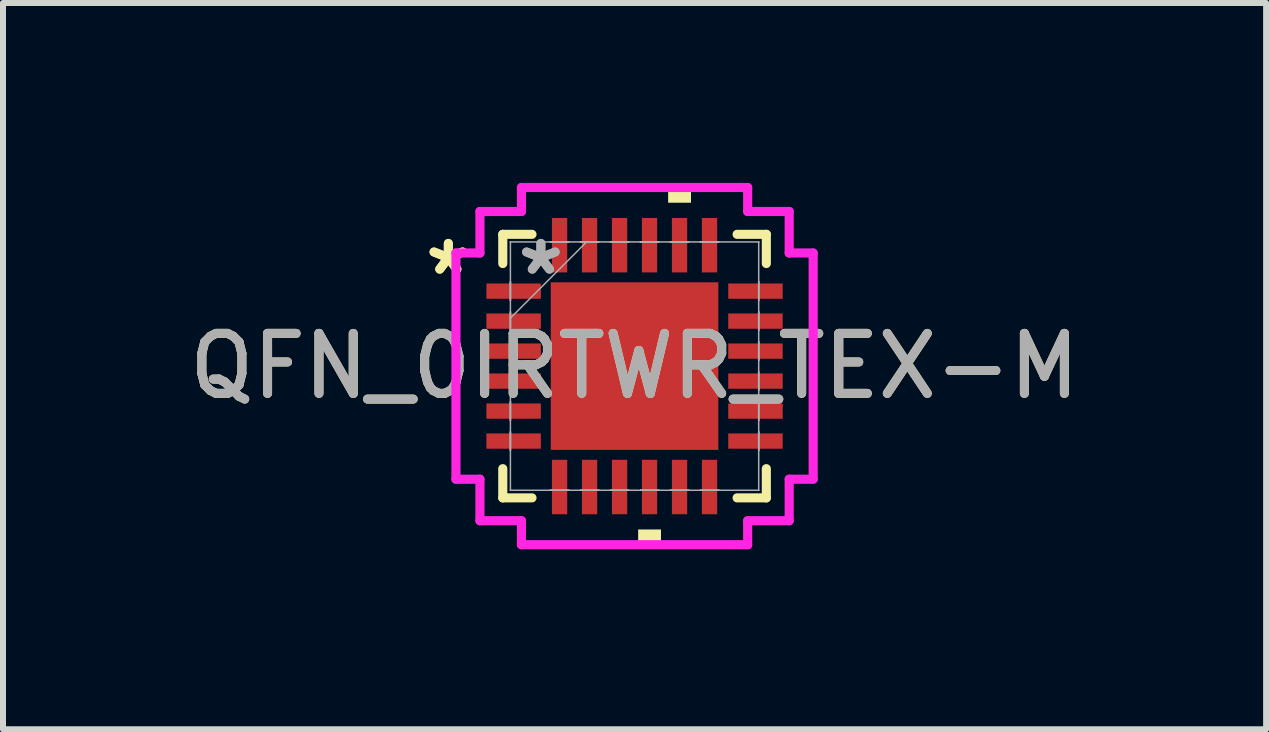
<source format=kicad_pcb>
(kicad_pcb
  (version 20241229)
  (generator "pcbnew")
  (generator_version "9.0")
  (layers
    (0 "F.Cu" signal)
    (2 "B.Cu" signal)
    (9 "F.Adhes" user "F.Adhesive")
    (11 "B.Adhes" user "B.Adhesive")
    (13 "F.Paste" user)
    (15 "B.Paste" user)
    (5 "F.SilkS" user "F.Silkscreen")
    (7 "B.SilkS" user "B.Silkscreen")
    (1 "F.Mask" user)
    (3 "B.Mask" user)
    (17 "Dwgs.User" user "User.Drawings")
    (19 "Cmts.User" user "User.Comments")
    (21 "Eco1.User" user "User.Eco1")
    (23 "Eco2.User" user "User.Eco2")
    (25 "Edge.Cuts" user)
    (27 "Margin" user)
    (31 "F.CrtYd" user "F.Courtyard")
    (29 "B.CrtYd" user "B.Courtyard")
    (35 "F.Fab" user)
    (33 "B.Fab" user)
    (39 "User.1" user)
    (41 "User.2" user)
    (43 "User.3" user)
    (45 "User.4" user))
  (footprint "QFN_0IRTWR_TEX-M"
    (layer "F.Cu")
    (at 7.53 3.054)
    (property "Reference" "QFN_0IRTWR_TEX-M" (at 0 0 0) (unlocked yes) (layer "F.SilkS") (effects (font (size 1 1) (thickness 0.15))))
    (attr smd)
    (fp_line (start -2.197 -2.197) (end -2.197 -1.71) (stroke (width 0.152) (type solid)) (layer "F.SilkS"))
    (fp_line (start -2.197 1.71) (end -2.197 2.197) (stroke (width 0.152) (type solid)) (layer "F.SilkS"))
    (fp_line (start -2.197 2.197) (end -1.71 2.197) (stroke (width 0.152) (type solid)) (layer "F.SilkS"))
    (fp_line (start -1.71 -2.197) (end -2.197 -2.197) (stroke (width 0.152) (type solid)) (layer "F.SilkS"))
    (fp_line (start 1.71 2.197) (end 2.197 2.197) (stroke (width 0.152) (type solid)) (layer "F.SilkS"))
    (fp_line (start 2.197 -2.197) (end 1.71 -2.197) (stroke (width 0.152) (type solid)) (layer "F.SilkS"))
    (fp_line (start 2.197 -1.71) (end 2.197 -2.197) (stroke (width 0.152) (type solid)) (layer "F.SilkS"))
    (fp_line (start 2.197 2.197) (end 2.197 1.71) (stroke (width 0.152) (type solid)) (layer "F.SilkS"))
    (fp_poly (pts (xy 0.06 2.724) (xy 0.06 2.978) (xy 0.441 2.978) (xy 0.441 2.724)) (stroke (width 0) (type solid)) (fill yes) (layer "F.SilkS"))
    (fp_poly (pts (xy 0.56 -2.724) (xy 0.56 -2.978) (xy 0.941 -2.978) (xy 0.941 -2.724)) (stroke (width 0) (type solid)) (fill yes) (layer "F.SilkS"))
    (fp_poly (pts (xy -1.297 -1.297) (xy -1.297 -0.1) (xy -0.1 -0.1) (xy -0.1 -1.297)) (stroke (width 0) (type solid)) (fill yes) (layer "F.Paste"))
    (fp_poly (pts (xy -1.297 0.1) (xy -1.297 1.297) (xy -0.1 1.297) (xy -0.1 0.1)) (stroke (width 0) (type solid)) (fill yes) (layer "F.Paste"))
    (fp_poly (pts (xy 0.1 -1.297) (xy 0.1 -0.1) (xy 1.297 -0.1) (xy 1.297 -1.297)) (stroke (width 0) (type solid)) (fill yes) (layer "F.Paste"))
    (fp_poly (pts (xy 0.1 0.1) (xy 0.1 1.297) (xy 1.297 1.297) (xy 1.297 0.1)) (stroke (width 0) (type solid)) (fill yes) (layer "F.Paste"))
    (fp_line (start -2.978 -1.886) (end -2.578 -1.886) (stroke (width 0.152) (type solid)) (layer "F.CrtYd"))
    (fp_line (start -2.978 1.886) (end -2.978 -1.886) (stroke (width 0.152) (type solid)) (layer "F.CrtYd"))
    (fp_line (start -2.578 -2.578) (end -1.886 -2.578) (stroke (width 0.152) (type solid)) (layer "F.CrtYd"))
    (fp_line (start -2.578 -1.886) (end -2.578 -2.578) (stroke (width 0.152) (type solid)) (layer "F.CrtYd"))
    (fp_line (start -2.578 1.886) (end -2.978 1.886) (stroke (width 0.152) (type solid)) (layer "F.CrtYd"))
    (fp_line (start -2.578 2.578) (end -2.578 1.886) (stroke (width 0.152) (type solid)) (layer "F.CrtYd"))
    (fp_line (start -1.886 -2.978) (end 1.886 -2.978) (stroke (width 0.152) (type solid)) (layer "F.CrtYd"))
    (fp_line (start -1.886 -2.578) (end -1.886 -2.978) (stroke (width 0.152) (type solid)) (layer "F.CrtYd"))
    (fp_line (start -1.886 2.578) (end -2.578 2.578) (stroke (width 0.152) (type solid)) (layer "F.CrtYd"))
    (fp_line (start -1.886 2.978) (end -1.886 2.578) (stroke (width 0.152) (type solid)) (layer "F.CrtYd"))
    (fp_line (start 1.886 -2.978) (end 1.886 -2.578) (stroke (width 0.152) (type solid)) (layer "F.CrtYd"))
    (fp_line (start 1.886 -2.578) (end 2.578 -2.578) (stroke (width 0.152) (type solid)) (layer "F.CrtYd"))
    (fp_line (start 1.886 2.578) (end 1.886 2.978) (stroke (width 0.152) (type solid)) (layer "F.CrtYd"))
    (fp_line (start 1.886 2.978) (end -1.886 2.978) (stroke (width 0.152) (type solid)) (layer "F.CrtYd"))
    (fp_line (start 2.578 -2.578) (end 2.578 -1.886) (stroke (width 0.152) (type solid)) (layer "F.CrtYd"))
    (fp_line (start 2.578 -1.886) (end 2.978 -1.886) (stroke (width 0.152) (type solid)) (layer "F.CrtYd"))
    (fp_line (start 2.578 1.886) (end 2.578 2.578) (stroke (width 0.152) (type solid)) (layer "F.CrtYd"))
    (fp_line (start 2.578 2.578) (end 1.886 2.578) (stroke (width 0.152) (type solid)) (layer "F.CrtYd"))
    (fp_line (start 2.978 -1.886) (end 2.978 1.886) (stroke (width 0.152) (type solid)) (layer "F.CrtYd"))
    (fp_line (start 2.978 1.886) (end 2.578 1.886) (stroke (width 0.152) (type solid)) (layer "F.CrtYd"))
    (fp_line (start -2.07 -2.07) (end -2.07 -2.07) (stroke (width 0.025) (type solid)) (layer "F.Fab"))
    (fp_line (start -2.07 -2.07) (end -2.07 2.07) (stroke (width 0.025) (type solid)) (layer "F.Fab"))
    (fp_line (start -2.07 -1.403) (end -2.07 -1.403) (stroke (width 0.025) (type solid)) (layer "F.Fab"))
    (fp_line (start -2.07 -1.403) (end -2.07 -1.098) (stroke (width 0.025) (type solid)) (layer "F.Fab"))
    (fp_line (start -2.07 -1.098) (end -2.07 -1.403) (stroke (width 0.025) (type solid)) (layer "F.Fab"))
    (fp_line (start -2.07 -1.098) (end -2.07 -1.098) (stroke (width 0.025) (type solid)) (layer "F.Fab"))
    (fp_line (start -2.07 -0.903) (end -2.07 -0.903) (stroke (width 0.025) (type solid)) (layer "F.Fab"))
    (fp_line (start -2.07 -0.903) (end -2.07 -0.598) (stroke (width 0.025) (type solid)) (layer "F.Fab"))
    (fp_line (start -2.07 -0.8) (end -0.8 -2.07) (stroke (width 0.025) (type solid)) (layer "F.Fab"))
    (fp_line (start -2.07 -0.598) (end -2.07 -0.903) (stroke (width 0.025) (type solid)) (layer "F.Fab"))
    (fp_line (start -2.07 -0.598) (end -2.07 -0.598) (stroke (width 0.025) (type solid)) (layer "F.Fab"))
    (fp_line (start -2.07 -0.402) (end -2.07 -0.402) (stroke (width 0.025) (type solid)) (layer "F.Fab"))
    (fp_line (start -2.07 -0.402) (end -2.07 -0.098) (stroke (width 0.025) (type solid)) (layer "F.Fab"))
    (fp_line (start -2.07 -0.098) (end -2.07 -0.402) (stroke (width 0.025) (type solid)) (layer "F.Fab"))
    (fp_line (start -2.07 -0.098) (end -2.07 -0.098) (stroke (width 0.025) (type solid)) (layer "F.Fab"))
    (fp_line (start -2.07 0.098) (end -2.07 0.098) (stroke (width 0.025) (type solid)) (layer "F.Fab"))
    (fp_line (start -2.07 0.098) (end -2.07 0.402) (stroke (width 0.025) (type solid)) (layer "F.Fab"))
    (fp_line (start -2.07 0.402) (end -2.07 0.098) (stroke (width 0.025) (type solid)) (layer "F.Fab"))
    (fp_line (start -2.07 0.402) (end -2.07 0.402) (stroke (width 0.025) (type solid)) (layer "F.Fab"))
    (fp_line (start -2.07 0.598) (end -2.07 0.598) (stroke (width 0.025) (type solid)) (layer "F.Fab"))
    (fp_line (start -2.07 0.598) (end -2.07 0.903) (stroke (width 0.025) (type solid)) (layer "F.Fab"))
    (fp_line (start -2.07 0.903) (end -2.07 0.598) (stroke (width 0.025) (type solid)) (layer "F.Fab"))
    (fp_line (start -2.07 0.903) (end -2.07 0.903) (stroke (width 0.025) (type solid)) (layer "F.Fab"))
    (fp_line (start -2.07 1.098) (end -2.07 1.098) (stroke (width 0.025) (type solid)) (layer "F.Fab"))
    (fp_line (start -2.07 1.098) (end -2.07 1.403) (stroke (width 0.025) (type solid)) (layer "F.Fab"))
    (fp_line (start -2.07 1.403) (end -2.07 1.098) (stroke (width 0.025) (type solid)) (layer "F.Fab"))
    (fp_line (start -2.07 1.403) (end -2.07 1.403) (stroke (width 0.025) (type solid)) (layer "F.Fab"))
    (fp_line (start -2.07 2.07) (end -2.07 2.07) (stroke (width 0.025) (type solid)) (layer "F.Fab"))
    (fp_line (start -2.07 2.07) (end 2.07 2.07) (stroke (width 0.025) (type solid)) (layer "F.Fab"))
    (fp_line (start -1.403 -2.07) (end -1.403 -2.07) (stroke (width 0.025) (type solid)) (layer "F.Fab"))
    (fp_line (start -1.403 -2.07) (end -1.098 -2.07) (stroke (width 0.025) (type solid)) (layer "F.Fab"))
    (fp_line (start -1.403 2.07) (end -1.403 2.07) (stroke (width 0.025) (type solid)) (layer "F.Fab"))
    (fp_line (start -1.403 2.07) (end -1.098 2.07) (stroke (width 0.025) (type solid)) (layer "F.Fab"))
    (fp_line (start -1.098 -2.07) (end -1.403 -2.07) (stroke (width 0.025) (type solid)) (layer "F.Fab"))
    (fp_line (start -1.098 -2.07) (end -1.098 -2.07) (stroke (width 0.025) (type solid)) (layer "F.Fab"))
    (fp_line (start -1.098 2.07) (end -1.403 2.07) (stroke (width 0.025) (type solid)) (layer "F.Fab"))
    (fp_line (start -1.098 2.07) (end -1.098 2.07) (stroke (width 0.025) (type solid)) (layer "F.Fab"))
    (fp_line (start -0.903 -2.07) (end -0.903 -2.07) (stroke (width 0.025) (type solid)) (layer "F.Fab"))
    (fp_line (start -0.903 -2.07) (end -0.598 -2.07) (stroke (width 0.025) (type solid)) (layer "F.Fab"))
    (fp_line (start -0.903 2.07) (end -0.903 2.07) (stroke (width 0.025) (type solid)) (layer "F.Fab"))
    (fp_line (start -0.903 2.07) (end -0.598 2.07) (stroke (width 0.025) (type solid)) (layer "F.Fab"))
    (fp_line (start -0.598 -2.07) (end -0.903 -2.07) (stroke (width 0.025) (type solid)) (layer "F.Fab"))
    (fp_line (start -0.598 -2.07) (end -0.598 -2.07) (stroke (width 0.025) (type solid)) (layer "F.Fab"))
    (fp_line (start -0.598 2.07) (end -0.903 2.07) (stroke (width 0.025) (type solid)) (layer "F.Fab"))
    (fp_line (start -0.598 2.07) (end -0.598 2.07) (stroke (width 0.025) (type solid)) (layer "F.Fab"))
    (fp_line (start -0.402 -2.07) (end -0.402 -2.07) (stroke (width 0.025) (type solid)) (layer "F.Fab"))
    (fp_line (start -0.402 -2.07) (end -0.098 -2.07) (stroke (width 0.025) (type solid)) (layer "F.Fab"))
    (fp_line (start -0.402 2.07) (end -0.402 2.07) (stroke (width 0.025) (type solid)) (layer "F.Fab"))
    (fp_line (start -0.402 2.07) (end -0.098 2.07) (stroke (width 0.025) (type solid)) (layer "F.Fab"))
    (fp_line (start -0.098 -2.07) (end -0.402 -2.07) (stroke (width 0.025) (type solid)) (layer "F.Fab"))
    (fp_line (start -0.098 -2.07) (end -0.098 -2.07) (stroke (width 0.025) (type solid)) (layer "F.Fab"))
    (fp_line (start -0.098 2.07) (end -0.402 2.07) (stroke (width 0.025) (type solid)) (layer "F.Fab"))
    (fp_line (start -0.098 2.07) (end -0.098 2.07) (stroke (width 0.025) (type solid)) (layer "F.Fab"))
    (fp_line (start 0.098 -2.07) (end 0.098 -2.07) (stroke (width 0.025) (type solid)) (layer "F.Fab"))
    (fp_line (start 0.098 -2.07) (end 0.402 -2.07) (stroke (width 0.025) (type solid)) (layer "F.Fab"))
    (fp_line (start 0.098 2.07) (end 0.098 2.07) (stroke (width 0.025) (type solid)) (layer "F.Fab"))
    (fp_line (start 0.098 2.07) (end 0.402 2.07) (stroke (width 0.025) (type solid)) (layer "F.Fab"))
    (fp_line (start 0.402 -2.07) (end 0.098 -2.07) (stroke (width 0.025) (type solid)) (layer "F.Fab"))
    (fp_line (start 0.402 -2.07) (end 0.402 -2.07) (stroke (width 0.025) (type solid)) (layer "F.Fab"))
    (fp_line (start 0.402 2.07) (end 0.098 2.07) (stroke (width 0.025) (type solid)) (layer "F.Fab"))
    (fp_line (start 0.402 2.07) (end 0.402 2.07) (stroke (width 0.025) (type solid)) (layer "F.Fab"))
    (fp_line (start 0.598 -2.07) (end 0.598 -2.07) (stroke (width 0.025) (type solid)) (layer "F.Fab"))
    (fp_line (start 0.598 -2.07) (end 0.903 -2.07) (stroke (width 0.025) (type solid)) (layer "F.Fab"))
    (fp_line (start 0.598 2.07) (end 0.598 2.07) (stroke (width 0.025) (type solid)) (layer "F.Fab"))
    (fp_line (start 0.598 2.07) (end 0.903 2.07) (stroke (width 0.025) (type solid)) (layer "F.Fab"))
    (fp_line (start 0.903 -2.07) (end 0.598 -2.07) (stroke (width 0.025) (type solid)) (layer "F.Fab"))
    (fp_line (start 0.903 -2.07) (end 0.903 -2.07) (stroke (width 0.025) (type solid)) (layer "F.Fab"))
    (fp_line (start 0.903 2.07) (end 0.598 2.07) (stroke (width 0.025) (type solid)) (layer "F.Fab"))
    (fp_line (start 0.903 2.07) (end 0.903 2.07) (stroke (width 0.025) (type solid)) (layer "F.Fab"))
    (fp_line (start 1.098 -2.07) (end 1.098 -2.07) (stroke (width 0.025) (type solid)) (layer "F.Fab"))
    (fp_line (start 1.098 -2.07) (end 1.403 -2.07) (stroke (width 0.025) (type solid)) (layer "F.Fab"))
    (fp_line (start 1.098 2.07) (end 1.098 2.07) (stroke (width 0.025) (type solid)) (layer "F.Fab"))
    (fp_line (start 1.098 2.07) (end 1.403 2.07) (stroke (width 0.025) (type solid)) (layer "F.Fab"))
    (fp_line (start 1.403 -2.07) (end 1.098 -2.07) (stroke (width 0.025) (type solid)) (layer "F.Fab"))
    (fp_line (start 1.403 -2.07) (end 1.403 -2.07) (stroke (width 0.025) (type solid)) (layer "F.Fab"))
    (fp_line (start 1.403 2.07) (end 1.098 2.07) (stroke (width 0.025) (type solid)) (layer "F.Fab"))
    (fp_line (start 1.403 2.07) (end 1.403 2.07) (stroke (width 0.025) (type solid)) (layer "F.Fab"))
    (fp_line (start 2.07 -2.07) (end -2.07 -2.07) (stroke (width 0.025) (type solid)) (layer "F.Fab"))
    (fp_line (start 2.07 -2.07) (end 2.07 -2.07) (stroke (width 0.025) (type solid)) (layer "F.Fab"))
    (fp_line (start 2.07 -1.403) (end 2.07 -1.403) (stroke (width 0.025) (type solid)) (layer "F.Fab"))
    (fp_line (start 2.07 -1.403) (end 2.07 -1.098) (stroke (width 0.025) (type solid)) (layer "F.Fab"))
    (fp_line (start 2.07 -1.098) (end 2.07 -1.403) (stroke (width 0.025) (type solid)) (layer "F.Fab"))
    (fp_line (start 2.07 -1.098) (end 2.07 -1.098) (stroke (width 0.025) (type solid)) (layer "F.Fab"))
    (fp_line (start 2.07 -0.903) (end 2.07 -0.903) (stroke (width 0.025) (type solid)) (layer "F.Fab"))
    (fp_line (start 2.07 -0.903) (end 2.07 -0.598) (stroke (width 0.025) (type solid)) (layer "F.Fab"))
    (fp_line (start 2.07 -0.598) (end 2.07 -0.903) (stroke (width 0.025) (type solid)) (layer "F.Fab"))
    (fp_line (start 2.07 -0.598) (end 2.07 -0.598) (stroke (width 0.025) (type solid)) (layer "F.Fab"))
    (fp_line (start 2.07 -0.402) (end 2.07 -0.402) (stroke (width 0.025) (type solid)) (layer "F.Fab"))
    (fp_line (start 2.07 -0.402) (end 2.07 -0.098) (stroke (width 0.025) (type solid)) (layer "F.Fab"))
    (fp_line (start 2.07 -0.098) (end 2.07 -0.402) (stroke (width 0.025) (type solid)) (layer "F.Fab"))
    (fp_line (start 2.07 -0.098) (end 2.07 -0.098) (stroke (width 0.025) (type solid)) (layer "F.Fab"))
    (fp_line (start 2.07 0.098) (end 2.07 0.098) (stroke (width 0.025) (type solid)) (layer "F.Fab"))
    (fp_line (start 2.07 0.098) (end 2.07 0.402) (stroke (width 0.025) (type solid)) (layer "F.Fab"))
    (fp_line (start 2.07 0.402) (end 2.07 0.098) (stroke (width 0.025) (type solid)) (layer "F.Fab"))
    (fp_line (start 2.07 0.402) (end 2.07 0.402) (stroke (width 0.025) (type solid)) (layer "F.Fab"))
    (fp_line (start 2.07 0.598) (end 2.07 0.598) (stroke (width 0.025) (type solid)) (layer "F.Fab"))
    (fp_line (start 2.07 0.598) (end 2.07 0.903) (stroke (width 0.025) (type solid)) (layer "F.Fab"))
    (fp_line (start 2.07 0.903) (end 2.07 0.598) (stroke (width 0.025) (type solid)) (layer "F.Fab"))
    (fp_line (start 2.07 0.903) (end 2.07 0.903) (stroke (width 0.025) (type solid)) (layer "F.Fab"))
    (fp_line (start 2.07 1.098) (end 2.07 1.098) (stroke (width 0.025) (type solid)) (layer "F.Fab"))
    (fp_line (start 2.07 1.098) (end 2.07 1.403) (stroke (width 0.025) (type solid)) (layer "F.Fab"))
    (fp_line (start 2.07 1.403) (end 2.07 1.098) (stroke (width 0.025) (type solid)) (layer "F.Fab"))
    (fp_line (start 2.07 1.403) (end 2.07 1.403) (stroke (width 0.025) (type solid)) (layer "F.Fab"))
    (fp_line (start 2.07 2.07) (end 2.07 -2.07) (stroke (width 0.025) (type solid)) (layer "F.Fab"))
    (fp_line (start 2.07 2.07) (end 2.07 2.07) (stroke (width 0.025) (type solid)) (layer "F.Fab"))
    (fp_text user "*" (at -3.105 -1.5 0) (layer "F.SilkS") (effects (font (size 1 1) (thickness 0.15))))
    (fp_text user "*" (at -3.105 -1.5 0) (unlocked yes) (layer "F.SilkS") (effects (font (size 1 1) (thickness 0.15))))
    (fp_text user "*" (at -1.562 -1.5 0) (layer "F.Fab") (effects (font (size 1 1) (thickness 0.15))))
    (fp_text user "*" (at -1.562 -1.5 0) (unlocked yes) (layer "F.Fab") (effects (font (size 1 1) (thickness 0.15))))
    (fp_text user "${REFERENCE}" (at 0 0 0) (unlocked yes) (layer "F.Fab") (effects (font (size 1 1) (thickness 0.15))))
    (pad "1" smd rect (at -2.016 -1.25 90) (size 0.255 0.908) (layers "F.Cu" "F.Mask" "F.Paste"))
    (pad "2" smd rect (at -2.016 -0.75 90) (size 0.255 0.908) (layers "F.Cu" "F.Mask" "F.Paste"))
    (pad "3" smd rect (at -2.016 -0.25 90) (size 0.255 0.908) (layers "F.Cu" "F.Mask" "F.Paste"))
    (pad "4" smd rect (at -2.016 0.25 90) (size 0.255 0.908) (layers "F.Cu" "F.Mask" "F.Paste"))
    (pad "5" smd rect (at -2.016 0.75 90) (size 0.255 0.908) (layers "F.Cu" "F.Mask" "F.Paste"))
    (pad "6" smd rect (at -2.016 1.25 90) (size 0.255 0.908) (layers "F.Cu" "F.Mask" "F.Paste"))
    (pad "7" smd rect (at -1.25 2.016) (size 0.255 0.908) (layers "F.Cu" "F.Mask" "F.Paste"))
    (pad "8" smd rect (at -0.75 2.016) (size 0.255 0.908) (layers "F.Cu" "F.Mask" "F.Paste"))
    (pad "9" smd rect (at -0.25 2.016) (size 0.255 0.908) (layers "F.Cu" "F.Mask" "F.Paste"))
    (pad "10" smd rect (at 0.25 2.016) (size 0.255 0.908) (layers "F.Cu" "F.Mask" "F.Paste"))
    (pad "11" smd rect (at 0.75 2.016) (size 0.255 0.908) (layers "F.Cu" "F.Mask" "F.Paste"))
    (pad "12" smd rect (at 1.25 2.016) (size 0.255 0.908) (layers "F.Cu" "F.Mask" "F.Paste"))
    (pad "13" smd rect (at 2.016 1.25 90) (size 0.255 0.908) (layers "F.Cu" "F.Mask" "F.Paste"))
    (pad "14" smd rect (at 2.016 0.75 90) (size 0.255 0.908) (layers "F.Cu" "F.Mask" "F.Paste"))
    (pad "15" smd rect (at 2.016 0.25 90) (size 0.255 0.908) (layers "F.Cu" "F.Mask" "F.Paste"))
    (pad "16" smd rect (at 2.016 -0.25 90) (size 0.255 0.908) (layers "F.Cu" "F.Mask" "F.Paste"))
    (pad "17" smd rect (at 2.016 -0.75 90) (size 0.255 0.908) (layers "F.Cu" "F.Mask" "F.Paste"))
    (pad "18" smd rect (at 2.016 -1.25 90) (size 0.255 0.908) (layers "F.Cu" "F.Mask" "F.Paste"))
    (pad "19" smd rect (at 1.25 -2.016) (size 0.255 0.908) (layers "F.Cu" "F.Mask" "F.Paste"))
    (pad "20" smd rect (at 0.75 -2.016) (size 0.255 0.908) (layers "F.Cu" "F.Mask" "F.Paste"))
    (pad "21" smd rect (at 0.25 -2.016) (size 0.255 0.908) (layers "F.Cu" "F.Mask" "F.Paste"))
    (pad "22" smd rect (at -0.25 -2.016) (size 0.255 0.908) (layers "F.Cu" "F.Mask" "F.Paste"))
    (pad "23" smd rect (at -0.75 -2.016) (size 0.255 0.908) (layers "F.Cu" "F.Mask" "F.Paste"))
    (pad "24" smd rect (at -1.25 -2.016) (size 0.255 0.908) (layers "F.Cu" "F.Mask" "F.Paste"))
    (pad "25" smd rect (at 0 0) (size 2.794 2.794) (layers "F.Cu" "F.Mask" "F.Paste")))
  (gr_rect
    (start -3 -3)
    (end 18.06 9.109)
    (stroke (width 0.1) (type default))
    (fill no)
    (layer "Edge.Cuts")))
</source>
